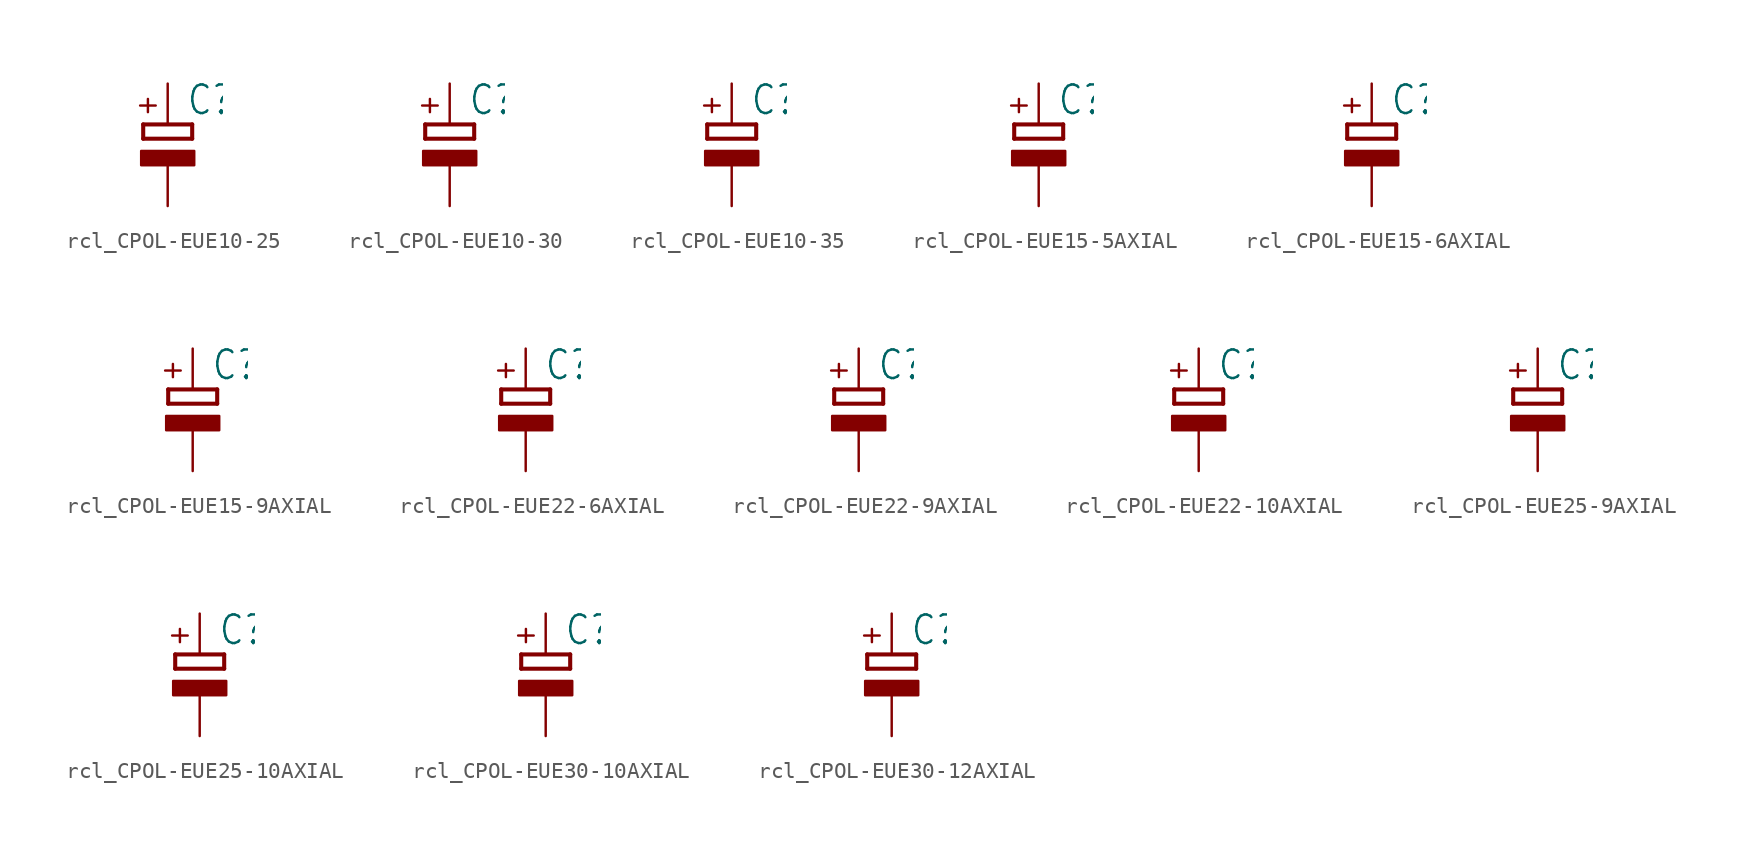
<source format=kicad_sym>
(kicad_symbol_lib
  (version 20241209)
  (generator "kicad_symbol_editor")
  (generator_version "9.0")
  (symbol "rcl_CPOL-EUE10-25"
    (property "Reference" "C"
      (at 1.143 0.483 0)
      (effects (font (size 1.778 1.511)) (justify left bottom)))
    (property "Value" ""
      (at 1.143 -4.597 0)
      (effects (font (size 1.778 1.511)) (justify left bottom)))
    (property "ki_locked" ""
      (at 0 0 0)
      (effects (font (size 1.27 1.27))))
    (symbol "rcl_CPOL-EUE10-25_1_0"
      (rectangle (start -1.651 -2.54) (end 1.651 -1.651) (stroke (width 0) (type default)) (fill (type outline)))
      (polyline (pts (xy -1.524 0) (xy -1.524 -0.889)) (stroke (width 0.254) (type solid)) (fill (type none)))
      (polyline (pts (xy -1.524 0) (xy 1.524 0)) (stroke (width 0.254) (type solid)) (fill (type none)))
      (polyline (pts (xy -1.524 -0.889) (xy 1.524 -0.889)) (stroke (width 0.254) (type solid)) (fill (type none)))
      (polyline (pts (xy 1.524 -0.889) (xy 1.524 0)) (stroke (width 0.254) (type solid)) (fill (type none)))
      (text "+" (at -0.584 0.406 900) (effects (font (size 1.27 1.079)) (justify left bottom)))
      (pin passive line (at 0 2.54 270) (length 2.54) (name "+" (effects (font (size 0 0)))) (number "+" (effects (font (size 0 0)))))
      (pin passive line (at 0 -5.08 90) (length 2.54) (name "-" (effects (font (size 0 0)))) (number "-" (effects (font (size 0 0)))))))
  (symbol "rcl_CPOL-EUE10-30"
    (property "Reference" "C"
      (at 1.143 0.483 0)
      (effects (font (size 1.778 1.511)) (justify left bottom)))
    (property "Value" ""
      (at 1.143 -4.597 0)
      (effects (font (size 1.778 1.511)) (justify left bottom)))
    (property "ki_locked" ""
      (at 0 0 0)
      (effects (font (size 1.27 1.27))))
    (symbol "rcl_CPOL-EUE10-30_1_0"
      (rectangle (start -1.651 -2.54) (end 1.651 -1.651) (stroke (width 0) (type default)) (fill (type outline)))
      (polyline (pts (xy -1.524 0) (xy -1.524 -0.889)) (stroke (width 0.254) (type solid)) (fill (type none)))
      (polyline (pts (xy -1.524 0) (xy 1.524 0)) (stroke (width 0.254) (type solid)) (fill (type none)))
      (polyline (pts (xy -1.524 -0.889) (xy 1.524 -0.889)) (stroke (width 0.254) (type solid)) (fill (type none)))
      (polyline (pts (xy 1.524 -0.889) (xy 1.524 0)) (stroke (width 0.254) (type solid)) (fill (type none)))
      (text "+" (at -0.584 0.406 900) (effects (font (size 1.27 1.079)) (justify left bottom)))
      (pin passive line (at 0 2.54 270) (length 2.54) (name "+" (effects (font (size 0 0)))) (number "+" (effects (font (size 0 0)))))
      (pin passive line (at 0 -5.08 90) (length 2.54) (name "-" (effects (font (size 0 0)))) (number "-" (effects (font (size 0 0)))))))
  (symbol "rcl_CPOL-EUE10-35"
    (property "Reference" "C"
      (at 1.143 0.483 0)
      (effects (font (size 1.778 1.511)) (justify left bottom)))
    (property "Value" ""
      (at 1.143 -4.597 0)
      (effects (font (size 1.778 1.511)) (justify left bottom)))
    (property "ki_locked" ""
      (at 0 0 0)
      (effects (font (size 1.27 1.27))))
    (symbol "rcl_CPOL-EUE10-35_1_0"
      (rectangle (start -1.651 -2.54) (end 1.651 -1.651) (stroke (width 0) (type default)) (fill (type outline)))
      (polyline (pts (xy -1.524 0) (xy -1.524 -0.889)) (stroke (width 0.254) (type solid)) (fill (type none)))
      (polyline (pts (xy -1.524 0) (xy 1.524 0)) (stroke (width 0.254) (type solid)) (fill (type none)))
      (polyline (pts (xy -1.524 -0.889) (xy 1.524 -0.889)) (stroke (width 0.254) (type solid)) (fill (type none)))
      (polyline (pts (xy 1.524 -0.889) (xy 1.524 0)) (stroke (width 0.254) (type solid)) (fill (type none)))
      (text "+" (at -0.584 0.406 900) (effects (font (size 1.27 1.079)) (justify left bottom)))
      (pin passive line (at 0 2.54 270) (length 2.54) (name "+" (effects (font (size 0 0)))) (number "+" (effects (font (size 0 0)))))
      (pin passive line (at 0 -5.08 90) (length 2.54) (name "-" (effects (font (size 0 0)))) (number "-" (effects (font (size 0 0)))))))
  (symbol "rcl_CPOL-EUE15-5AXIAL"
    (property "Reference" "C"
      (at 1.143 0.483 0)
      (effects (font (size 1.778 1.511)) (justify left bottom)))
    (property "Value" ""
      (at 1.143 -4.597 0)
      (effects (font (size 1.778 1.511)) (justify left bottom)))
    (property "ki_locked" ""
      (at 0 0 0)
      (effects (font (size 1.27 1.27))))
    (symbol "rcl_CPOL-EUE15-5AXIAL_1_0"
      (rectangle (start -1.651 -2.54) (end 1.651 -1.651) (stroke (width 0) (type default)) (fill (type outline)))
      (polyline (pts (xy -1.524 0) (xy -1.524 -0.889)) (stroke (width 0.254) (type solid)) (fill (type none)))
      (polyline (pts (xy -1.524 0) (xy 1.524 0)) (stroke (width 0.254) (type solid)) (fill (type none)))
      (polyline (pts (xy -1.524 -0.889) (xy 1.524 -0.889)) (stroke (width 0.254) (type solid)) (fill (type none)))
      (polyline (pts (xy 1.524 -0.889) (xy 1.524 0)) (stroke (width 0.254) (type solid)) (fill (type none)))
      (text "+" (at -0.584 0.406 900) (effects (font (size 1.27 1.079)) (justify left bottom)))
      (pin passive line (at 0 2.54 270) (length 2.54) (name "+" (effects (font (size 0 0)))) (number "+" (effects (font (size 0 0)))))
      (pin passive line (at 0 -5.08 90) (length 2.54) (name "-" (effects (font (size 0 0)))) (number "-" (effects (font (size 0 0)))))))
  (symbol "rcl_CPOL-EUE15-6AXIAL"
    (property "Reference" "C"
      (at 1.143 0.483 0)
      (effects (font (size 1.778 1.511)) (justify left bottom)))
    (property "Value" ""
      (at 1.143 -4.597 0)
      (effects (font (size 1.778 1.511)) (justify left bottom)))
    (property "ki_locked" ""
      (at 0 0 0)
      (effects (font (size 1.27 1.27))))
    (symbol "rcl_CPOL-EUE15-6AXIAL_1_0"
      (rectangle (start -1.651 -2.54) (end 1.651 -1.651) (stroke (width 0) (type default)) (fill (type outline)))
      (polyline (pts (xy -1.524 0) (xy -1.524 -0.889)) (stroke (width 0.254) (type solid)) (fill (type none)))
      (polyline (pts (xy -1.524 0) (xy 1.524 0)) (stroke (width 0.254) (type solid)) (fill (type none)))
      (polyline (pts (xy -1.524 -0.889) (xy 1.524 -0.889)) (stroke (width 0.254) (type solid)) (fill (type none)))
      (polyline (pts (xy 1.524 -0.889) (xy 1.524 0)) (stroke (width 0.254) (type solid)) (fill (type none)))
      (text "+" (at -0.584 0.406 900) (effects (font (size 1.27 1.079)) (justify left bottom)))
      (pin passive line (at 0 2.54 270) (length 2.54) (name "+" (effects (font (size 0 0)))) (number "+" (effects (font (size 0 0)))))
      (pin passive line (at 0 -5.08 90) (length 2.54) (name "-" (effects (font (size 0 0)))) (number "-" (effects (font (size 0 0)))))))
  (symbol "rcl_CPOL-EUE15-9AXIAL"
    (property "Reference" "C"
      (at 1.143 0.483 0)
      (effects (font (size 1.778 1.511)) (justify left bottom)))
    (property "Value" ""
      (at 1.143 -4.597 0)
      (effects (font (size 1.778 1.511)) (justify left bottom)))
    (property "ki_locked" ""
      (at 0 0 0)
      (effects (font (size 1.27 1.27))))
    (symbol "rcl_CPOL-EUE15-9AXIAL_1_0"
      (rectangle (start -1.651 -2.54) (end 1.651 -1.651) (stroke (width 0) (type default)) (fill (type outline)))
      (polyline (pts (xy -1.524 0) (xy -1.524 -0.889)) (stroke (width 0.254) (type solid)) (fill (type none)))
      (polyline (pts (xy -1.524 0) (xy 1.524 0)) (stroke (width 0.254) (type solid)) (fill (type none)))
      (polyline (pts (xy -1.524 -0.889) (xy 1.524 -0.889)) (stroke (width 0.254) (type solid)) (fill (type none)))
      (polyline (pts (xy 1.524 -0.889) (xy 1.524 0)) (stroke (width 0.254) (type solid)) (fill (type none)))
      (text "+" (at -0.584 0.406 900) (effects (font (size 1.27 1.079)) (justify left bottom)))
      (pin passive line (at 0 2.54 270) (length 2.54) (name "+" (effects (font (size 0 0)))) (number "+" (effects (font (size 0 0)))))
      (pin passive line (at 0 -5.08 90) (length 2.54) (name "-" (effects (font (size 0 0)))) (number "-" (effects (font (size 0 0)))))))
  (symbol "rcl_CPOL-EUE22-6AXIAL"
    (property "Reference" "C"
      (at 1.143 0.483 0)
      (effects (font (size 1.778 1.511)) (justify left bottom)))
    (property "Value" ""
      (at 1.143 -4.597 0)
      (effects (font (size 1.778 1.511)) (justify left bottom)))
    (property "ki_locked" ""
      (at 0 0 0)
      (effects (font (size 1.27 1.27))))
    (symbol "rcl_CPOL-EUE22-6AXIAL_1_0"
      (rectangle (start -1.651 -2.54) (end 1.651 -1.651) (stroke (width 0) (type default)) (fill (type outline)))
      (polyline (pts (xy -1.524 0) (xy -1.524 -0.889)) (stroke (width 0.254) (type solid)) (fill (type none)))
      (polyline (pts (xy -1.524 0) (xy 1.524 0)) (stroke (width 0.254) (type solid)) (fill (type none)))
      (polyline (pts (xy -1.524 -0.889) (xy 1.524 -0.889)) (stroke (width 0.254) (type solid)) (fill (type none)))
      (polyline (pts (xy 1.524 -0.889) (xy 1.524 0)) (stroke (width 0.254) (type solid)) (fill (type none)))
      (text "+" (at -0.584 0.406 900) (effects (font (size 1.27 1.079)) (justify left bottom)))
      (pin passive line (at 0 2.54 270) (length 2.54) (name "+" (effects (font (size 0 0)))) (number "+" (effects (font (size 0 0)))))
      (pin passive line (at 0 -5.08 90) (length 2.54) (name "-" (effects (font (size 0 0)))) (number "-" (effects (font (size 0 0)))))))
  (symbol "rcl_CPOL-EUE22-9AXIAL"
    (property "Reference" "C"
      (at 1.143 0.483 0)
      (effects (font (size 1.778 1.511)) (justify left bottom)))
    (property "Value" ""
      (at 1.143 -4.597 0)
      (effects (font (size 1.778 1.511)) (justify left bottom)))
    (property "ki_locked" ""
      (at 0 0 0)
      (effects (font (size 1.27 1.27))))
    (symbol "rcl_CPOL-EUE22-9AXIAL_1_0"
      (rectangle (start -1.651 -2.54) (end 1.651 -1.651) (stroke (width 0) (type default)) (fill (type outline)))
      (polyline (pts (xy -1.524 0) (xy -1.524 -0.889)) (stroke (width 0.254) (type solid)) (fill (type none)))
      (polyline (pts (xy -1.524 0) (xy 1.524 0)) (stroke (width 0.254) (type solid)) (fill (type none)))
      (polyline (pts (xy -1.524 -0.889) (xy 1.524 -0.889)) (stroke (width 0.254) (type solid)) (fill (type none)))
      (polyline (pts (xy 1.524 -0.889) (xy 1.524 0)) (stroke (width 0.254) (type solid)) (fill (type none)))
      (text "+" (at -0.584 0.406 900) (effects (font (size 1.27 1.079)) (justify left bottom)))
      (pin passive line (at 0 2.54 270) (length 2.54) (name "+" (effects (font (size 0 0)))) (number "+" (effects (font (size 0 0)))))
      (pin passive line (at 0 -5.08 90) (length 2.54) (name "-" (effects (font (size 0 0)))) (number "-" (effects (font (size 0 0)))))))
  (symbol "rcl_CPOL-EUE22-10AXIAL"
    (property "Reference" "C"
      (at 1.143 0.483 0)
      (effects (font (size 1.778 1.511)) (justify left bottom)))
    (property "Value" ""
      (at 1.143 -4.597 0)
      (effects (font (size 1.778 1.511)) (justify left bottom)))
    (property "ki_locked" ""
      (at 0 0 0)
      (effects (font (size 1.27 1.27))))
    (symbol "rcl_CPOL-EUE22-10AXIAL_1_0"
      (rectangle (start -1.651 -2.54) (end 1.651 -1.651) (stroke (width 0) (type default)) (fill (type outline)))
      (polyline (pts (xy -1.524 0) (xy -1.524 -0.889)) (stroke (width 0.254) (type solid)) (fill (type none)))
      (polyline (pts (xy -1.524 0) (xy 1.524 0)) (stroke (width 0.254) (type solid)) (fill (type none)))
      (polyline (pts (xy -1.524 -0.889) (xy 1.524 -0.889)) (stroke (width 0.254) (type solid)) (fill (type none)))
      (polyline (pts (xy 1.524 -0.889) (xy 1.524 0)) (stroke (width 0.254) (type solid)) (fill (type none)))
      (text "+" (at -0.584 0.406 900) (effects (font (size 1.27 1.079)) (justify left bottom)))
      (pin passive line (at 0 2.54 270) (length 2.54) (name "+" (effects (font (size 0 0)))) (number "+" (effects (font (size 0 0)))))
      (pin passive line (at 0 -5.08 90) (length 2.54) (name "-" (effects (font (size 0 0)))) (number "-" (effects (font (size 0 0)))))))
  (symbol "rcl_CPOL-EUE25-9AXIAL"
    (property "Reference" "C"
      (at 1.143 0.483 0)
      (effects (font (size 1.778 1.511)) (justify left bottom)))
    (property "Value" ""
      (at 1.143 -4.597 0)
      (effects (font (size 1.778 1.511)) (justify left bottom)))
    (property "ki_locked" ""
      (at 0 0 0)
      (effects (font (size 1.27 1.27))))
    (symbol "rcl_CPOL-EUE25-9AXIAL_1_0"
      (rectangle (start -1.651 -2.54) (end 1.651 -1.651) (stroke (width 0) (type default)) (fill (type outline)))
      (polyline (pts (xy -1.524 0) (xy -1.524 -0.889)) (stroke (width 0.254) (type solid)) (fill (type none)))
      (polyline (pts (xy -1.524 0) (xy 1.524 0)) (stroke (width 0.254) (type solid)) (fill (type none)))
      (polyline (pts (xy -1.524 -0.889) (xy 1.524 -0.889)) (stroke (width 0.254) (type solid)) (fill (type none)))
      (polyline (pts (xy 1.524 -0.889) (xy 1.524 0)) (stroke (width 0.254) (type solid)) (fill (type none)))
      (text "+" (at -0.584 0.406 900) (effects (font (size 1.27 1.079)) (justify left bottom)))
      (pin passive line (at 0 2.54 270) (length 2.54) (name "+" (effects (font (size 0 0)))) (number "+" (effects (font (size 0 0)))))
      (pin passive line (at 0 -5.08 90) (length 2.54) (name "-" (effects (font (size 0 0)))) (number "-" (effects (font (size 0 0)))))))
  (symbol "rcl_CPOL-EUE25-10AXIAL"
    (property "Reference" "C"
      (at 1.143 0.483 0)
      (effects (font (size 1.778 1.511)) (justify left bottom)))
    (property "Value" ""
      (at 1.143 -4.597 0)
      (effects (font (size 1.778 1.511)) (justify left bottom)))
    (property "ki_locked" ""
      (at 0 0 0)
      (effects (font (size 1.27 1.27))))
    (symbol "rcl_CPOL-EUE25-10AXIAL_1_0"
      (rectangle (start -1.651 -2.54) (end 1.651 -1.651) (stroke (width 0) (type default)) (fill (type outline)))
      (polyline (pts (xy -1.524 0) (xy -1.524 -0.889)) (stroke (width 0.254) (type solid)) (fill (type none)))
      (polyline (pts (xy -1.524 0) (xy 1.524 0)) (stroke (width 0.254) (type solid)) (fill (type none)))
      (polyline (pts (xy -1.524 -0.889) (xy 1.524 -0.889)) (stroke (width 0.254) (type solid)) (fill (type none)))
      (polyline (pts (xy 1.524 -0.889) (xy 1.524 0)) (stroke (width 0.254) (type solid)) (fill (type none)))
      (text "+" (at -0.584 0.406 900) (effects (font (size 1.27 1.079)) (justify left bottom)))
      (pin passive line (at 0 2.54 270) (length 2.54) (name "+" (effects (font (size 0 0)))) (number "+" (effects (font (size 0 0)))))
      (pin passive line (at 0 -5.08 90) (length 2.54) (name "-" (effects (font (size 0 0)))) (number "-" (effects (font (size 0 0)))))))
  (symbol "rcl_CPOL-EUE30-10AXIAL"
    (property "Reference" "C"
      (at 1.143 0.483 0)
      (effects (font (size 1.778 1.511)) (justify left bottom)))
    (property "Value" ""
      (at 1.143 -4.597 0)
      (effects (font (size 1.778 1.511)) (justify left bottom)))
    (property "ki_locked" ""
      (at 0 0 0)
      (effects (font (size 1.27 1.27))))
    (symbol "rcl_CPOL-EUE30-10AXIAL_1_0"
      (rectangle (start -1.651 -2.54) (end 1.651 -1.651) (stroke (width 0) (type default)) (fill (type outline)))
      (polyline (pts (xy -1.524 0) (xy -1.524 -0.889)) (stroke (width 0.254) (type solid)) (fill (type none)))
      (polyline (pts (xy -1.524 0) (xy 1.524 0)) (stroke (width 0.254) (type solid)) (fill (type none)))
      (polyline (pts (xy -1.524 -0.889) (xy 1.524 -0.889)) (stroke (width 0.254) (type solid)) (fill (type none)))
      (polyline (pts (xy 1.524 -0.889) (xy 1.524 0)) (stroke (width 0.254) (type solid)) (fill (type none)))
      (text "+" (at -0.584 0.406 900) (effects (font (size 1.27 1.079)) (justify left bottom)))
      (pin passive line (at 0 2.54 270) (length 2.54) (name "+" (effects (font (size 0 0)))) (number "+" (effects (font (size 0 0)))))
      (pin passive line (at 0 -5.08 90) (length 2.54) (name "-" (effects (font (size 0 0)))) (number "-" (effects (font (size 0 0)))))))
  (symbol "rcl_CPOL-EUE30-12AXIAL"
    (property "Reference" "C"
      (at 1.143 0.483 0)
      (effects (font (size 1.778 1.511)) (justify left bottom)))
    (property "Value" ""
      (at 1.143 -4.597 0)
      (effects (font (size 1.778 1.511)) (justify left bottom)))
    (property "ki_locked" ""
      (at 0 0 0)
      (effects (font (size 1.27 1.27))))
    (symbol "rcl_CPOL-EUE30-12AXIAL_1_0"
      (rectangle (start -1.651 -2.54) (end 1.651 -1.651) (stroke (width 0) (type default)) (fill (type outline)))
      (polyline (pts (xy -1.524 0) (xy -1.524 -0.889)) (stroke (width 0.254) (type solid)) (fill (type none)))
      (polyline (pts (xy -1.524 0) (xy 1.524 0)) (stroke (width 0.254) (type solid)) (fill (type none)))
      (polyline (pts (xy -1.524 -0.889) (xy 1.524 -0.889)) (stroke (width 0.254) (type solid)) (fill (type none)))
      (polyline (pts (xy 1.524 -0.889) (xy 1.524 0)) (stroke (width 0.254) (type solid)) (fill (type none)))
      (text "+" (at -0.584 0.406 900) (effects (font (size 1.27 1.079)) (justify left bottom)))
      (pin passive line (at 0 2.54 270) (length 2.54) (name "+" (effects (font (size 0 0)))) (number "+" (effects (font (size 0 0)))))
      (pin passive line (at 0 -5.08 90) (length 2.54) (name "-" (effects (font (size 0 0)))) (number "-" (effects (font (size 0 0))))))))
</source>
